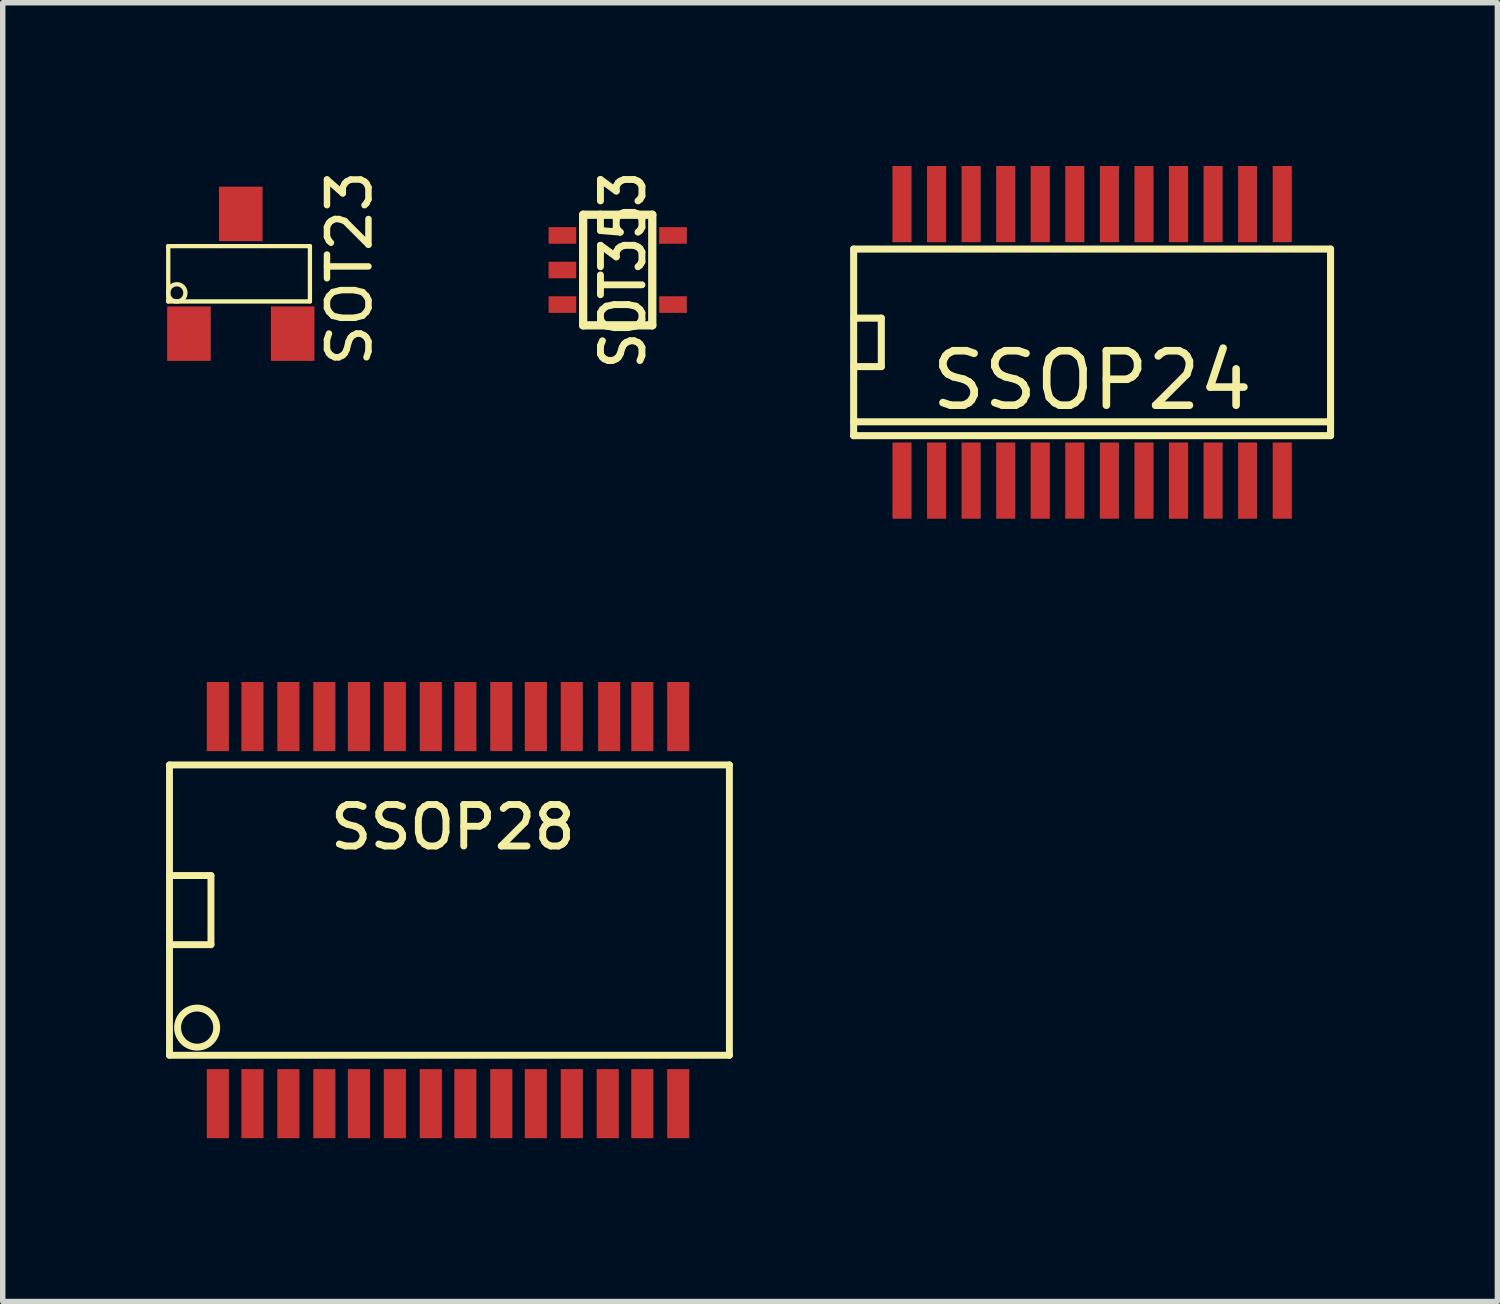
<source format=kicad_pcb>
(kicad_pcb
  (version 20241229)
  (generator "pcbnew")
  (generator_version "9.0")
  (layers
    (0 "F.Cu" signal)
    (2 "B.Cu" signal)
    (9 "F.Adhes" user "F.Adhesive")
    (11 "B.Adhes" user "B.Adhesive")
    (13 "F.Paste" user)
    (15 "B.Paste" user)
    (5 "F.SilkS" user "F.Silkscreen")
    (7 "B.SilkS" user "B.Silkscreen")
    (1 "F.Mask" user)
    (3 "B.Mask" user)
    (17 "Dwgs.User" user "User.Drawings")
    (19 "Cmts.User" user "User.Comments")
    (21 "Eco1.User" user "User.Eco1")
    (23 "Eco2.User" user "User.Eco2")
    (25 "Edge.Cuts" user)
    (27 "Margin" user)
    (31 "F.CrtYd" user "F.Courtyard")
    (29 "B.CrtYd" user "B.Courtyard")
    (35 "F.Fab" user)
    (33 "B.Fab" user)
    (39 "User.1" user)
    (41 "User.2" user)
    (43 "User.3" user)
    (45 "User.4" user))
  (footprint "SOT23"
    (layer "F.Cu")
    (at 1.374 1.98)
    (property "Reference" "SOT23" (at 1.999 -0.099 90) (layer "F.SilkS") (effects (font (size 0.762 0.762) (thickness 0.119))))
    (attr through_hole)
    (fp_line (start -1.333 -0.508) (end -1.333 0.508) (stroke (width 0.079) (type solid)) (layer "F.SilkS"))
    (fp_line (start -1.333 -0.508) (end 1.27 -0.508) (stroke (width 0.079) (type solid)) (layer "F.SilkS"))
    (fp_line (start 1.27 -0.508) (end 1.27 0.508) (stroke (width 0.079) (type solid)) (layer "F.SilkS"))
    (fp_line (start 1.27 0.508) (end -1.333 0.508) (stroke (width 0.079) (type solid)) (layer "F.SilkS"))
    (fp_circle (center -1.176 0.351) (end -1.3 0.45) (stroke (width 0.079) (type solid)) (fill no) (layer "F.SilkS"))
    (pad "1" smd rect (at -0.953 1.1) (size 0.8 1.001) (layers "F.Cu" "F.Mask" "F.Paste"))
    (pad "2" smd rect (at 0.953 1.1) (size 0.8 1.001) (layers "F.Cu" "F.Mask" "F.Paste"))
    (pad "3" smd rect (at 0 -1.1) (size 0.8 1.001) (layers "F.Cu" "F.Mask" "F.Paste")))
  (footprint "SSOP24"
    (layer "F.Cu")
    (at 17.015 3.24)
    (property "Reference" "SSOP24" (at 0 0.699 0) (layer "F.SilkS") (effects (font (size 1.001 1.001) (thickness 0.14))))
    (attr smd)
    (fp_line (start -4.381 -1.714) (end 4.381 -1.714) (stroke (width 0.13) (type solid)) (layer "F.SilkS"))
    (fp_line (start -4.381 -0.445) (end -3.873 -0.445) (stroke (width 0.13) (type solid)) (layer "F.SilkS"))
    (fp_line (start -4.381 0.445) (end -3.873 0.445) (stroke (width 0.13) (type solid)) (layer "F.SilkS"))
    (fp_line (start -4.381 1.46) (end 4.381 1.46) (stroke (width 0.13) (type solid)) (layer "F.SilkS"))
    (fp_line (start -4.381 1.714) (end -4.381 -1.714) (stroke (width 0.13) (type solid)) (layer "F.SilkS"))
    (fp_line (start -3.873 -0.445) (end -3.873 0.445) (stroke (width 0.13) (type solid)) (layer "F.SilkS"))
    (fp_line (start 4.381 -1.714) (end 4.381 1.714) (stroke (width 0.13) (type solid)) (layer "F.SilkS"))
    (fp_line (start 4.381 1.714) (end -4.381 1.714) (stroke (width 0.13) (type solid)) (layer "F.SilkS"))
    (pad "1" smd rect (at -3.493 2.54) (size 0.351 1.4) (layers "F.Cu" "F.Mask" "F.Paste"))
    (pad "2" smd rect (at -2.857 2.54) (size 0.351 1.4) (layers "F.Cu" "F.Mask" "F.Paste"))
    (pad "3" smd rect (at -2.223 2.54) (size 0.351 1.4) (layers "F.Cu" "F.Mask" "F.Paste"))
    (pad "4" smd rect (at -1.587 2.54) (size 0.351 1.4) (layers "F.Cu" "F.Mask" "F.Paste"))
    (pad "5" smd rect (at -0.953 2.54) (size 0.351 1.4) (layers "F.Cu" "F.Mask" "F.Paste"))
    (pad "6" smd rect (at -0.318 2.54) (size 0.351 1.4) (layers "F.Cu" "F.Mask" "F.Paste"))
    (pad "7" smd rect (at 0.318 2.54) (size 0.351 1.4) (layers "F.Cu" "F.Mask" "F.Paste"))
    (pad "8" smd rect (at 0.953 2.54) (size 0.351 1.4) (layers "F.Cu" "F.Mask" "F.Paste"))
    (pad "9" smd rect (at 1.587 2.54) (size 0.351 1.4) (layers "F.Cu" "F.Mask" "F.Paste"))
    (pad "10" smd rect (at 2.223 2.54) (size 0.351 1.4) (layers "F.Cu" "F.Mask" "F.Paste"))
    (pad "11" smd rect (at 2.857 2.54) (size 0.351 1.4) (layers "F.Cu" "F.Mask" "F.Paste"))
    (pad "12" smd rect (at 3.493 2.54) (size 0.351 1.4) (layers "F.Cu" "F.Mask" "F.Paste"))
    (pad "13" smd rect (at 3.493 -2.54) (size 0.351 1.4) (layers "F.Cu" "F.Mask" "F.Paste"))
    (pad "14" smd rect (at 2.857 -2.54) (size 0.351 1.4) (layers "F.Cu" "F.Mask" "F.Paste"))
    (pad "15" smd rect (at 2.223 -2.54) (size 0.351 1.4) (layers "F.Cu" "F.Mask" "F.Paste"))
    (pad "16" smd rect (at 1.587 -2.54) (size 0.351 1.4) (layers "F.Cu" "F.Mask" "F.Paste"))
    (pad "17" smd rect (at 0.953 -2.54) (size 0.351 1.4) (layers "F.Cu" "F.Mask" "F.Paste"))
    (pad "18" smd rect (at 0.318 -2.54) (size 0.351 1.4) (layers "F.Cu" "F.Mask" "F.Paste"))
    (pad "19" smd rect (at -0.318 -2.54) (size 0.351 1.4) (layers "F.Cu" "F.Mask" "F.Paste"))
    (pad "20" smd rect (at -0.953 -2.54) (size 0.351 1.4) (layers "F.Cu" "F.Mask" "F.Paste"))
    (pad "21" smd rect (at -1.587 -2.54) (size 0.351 1.4) (layers "F.Cu" "F.Mask" "F.Paste"))
    (pad "22" smd rect (at -2.223 -2.54) (size 0.351 1.4) (layers "F.Cu" "F.Mask" "F.Paste"))
    (pad "23" smd rect (at -2.857 -2.54) (size 0.351 1.4) (layers "F.Cu" "F.Mask" "F.Paste"))
    (pad "24" smd rect (at -3.493 -2.54) (size 0.351 1.4) (layers "F.Cu" "F.Mask" "F.Paste")))
  (footprint "SOT353"
    (layer "F.Cu")
    (at 8.299 1.911)
    (property "Reference" "SOT353" (at 0.099 0 90) (layer "F.SilkS") (effects (font (size 0.762 0.635) (thickness 0.127))))
    (attr smd)
    (fp_line (start -0.635 -1.016) (end -0.635 1.016) (stroke (width 0.152) (type solid)) (layer "F.SilkS"))
    (fp_line (start -0.635 1.016) (end 0.635 1.016) (stroke (width 0.152) (type solid)) (layer "F.SilkS"))
    (fp_line (start 0.635 -1.016) (end -0.635 -1.016) (stroke (width 0.152) (type solid)) (layer "F.SilkS"))
    (fp_line (start 0.635 1.016) (end 0.635 -1.016) (stroke (width 0.152) (type solid)) (layer "F.SilkS"))
    (pad "1" smd rect (at -1.016 -0.635) (size 0.508 0.305) (layers "F.Cu" "F.Mask" "F.Paste"))
    (pad "2" smd rect (at -1.016 0) (size 0.508 0.305) (layers "F.Cu" "F.Mask" "F.Paste"))
    (pad "3" smd rect (at -1.016 0.635) (size 0.508 0.305) (layers "F.Cu" "F.Mask" "F.Paste"))
    (pad "4" smd rect (at 1.016 0.635) (size 0.508 0.305) (layers "F.Cu" "F.Mask" "F.Paste"))
    (pad "5" smd rect (at 1.016 -0.635) (size 0.508 0.305) (layers "F.Cu" "F.Mask" "F.Paste")))
  (footprint "SSOP28"
    (layer "F.Cu")
    (at 5.144 13.671)
    (property "Reference" "SSOP28" (at 0.127 -1.524 0) (layer "F.SilkS") (effects (font (size 0.762 0.762) (thickness 0.127))))
    (attr smd)
    (fp_line (start -5.08 -2.667) (end -5.08 2.667) (stroke (width 0.127) (type solid)) (layer "F.SilkS"))
    (fp_line (start -5.08 -2.667) (end 5.207 -2.667) (stroke (width 0.127) (type solid)) (layer "F.SilkS"))
    (fp_line (start -5.08 -0.635) (end -4.318 -0.635) (stroke (width 0.127) (type solid)) (layer "F.SilkS"))
    (fp_line (start -4.318 -0.635) (end -4.318 0.635) (stroke (width 0.127) (type solid)) (layer "F.SilkS"))
    (fp_line (start -4.318 0.635) (end -5.08 0.635) (stroke (width 0.127) (type solid)) (layer "F.SilkS"))
    (fp_line (start 5.207 -2.667) (end 5.207 2.667) (stroke (width 0.127) (type solid)) (layer "F.SilkS"))
    (fp_line (start 5.207 2.667) (end -5.08 2.667) (stroke (width 0.127) (type solid)) (layer "F.SilkS"))
    (fp_circle (center -4.572 2.159) (end -4.826 1.905) (stroke (width 0.127) (type solid)) (fill no) (layer "F.SilkS"))
    (pad "1" smd rect (at -4.191 3.556) (size 0.406 1.27) (layers "F.Cu" "F.Mask" "F.Paste"))
    (pad "2" smd rect (at -3.556 3.556) (size 0.406 1.27) (layers "F.Cu" "F.Mask" "F.Paste"))
    (pad "3" smd rect (at -2.896 3.556) (size 0.406 1.27) (layers "F.Cu" "F.Mask" "F.Paste"))
    (pad "4" smd rect (at -2.235 3.556) (size 0.406 1.27) (layers "F.Cu" "F.Mask" "F.Paste"))
    (pad "5" smd rect (at -1.6 3.556) (size 0.406 1.27) (layers "F.Cu" "F.Mask" "F.Paste"))
    (pad "6" smd rect (at -0.94 3.556) (size 0.406 1.27) (layers "F.Cu" "F.Mask" "F.Paste"))
    (pad "7" smd rect (at -0.279 3.556) (size 0.406 1.27) (layers "F.Cu" "F.Mask" "F.Paste"))
    (pad "8" smd rect (at 0.356 3.556) (size 0.406 1.27) (layers "F.Cu" "F.Mask" "F.Paste"))
    (pad "9" smd rect (at 1.016 3.556) (size 0.406 1.27) (layers "F.Cu" "F.Mask" "F.Paste"))
    (pad "10" smd rect (at 1.651 3.556) (size 0.406 1.27) (layers "F.Cu" "F.Mask" "F.Paste"))
    (pad "11" smd rect (at 2.311 3.556) (size 0.406 1.27) (layers "F.Cu" "F.Mask" "F.Paste"))
    (pad "12" smd rect (at 2.972 3.556) (size 0.406 1.27) (layers "F.Cu" "F.Mask" "F.Paste"))
    (pad "13" smd rect (at 3.607 3.556) (size 0.406 1.27) (layers "F.Cu" "F.Mask" "F.Paste"))
    (pad "14" smd rect (at 4.267 3.556) (size 0.406 1.27) (layers "F.Cu" "F.Mask" "F.Paste"))
    (pad "15" smd rect (at 4.267 -3.556) (size 0.406 1.27) (layers "F.Cu" "F.Mask" "F.Paste"))
    (pad "16" smd rect (at 3.607 -3.556) (size 0.406 1.27) (layers "F.Cu" "F.Mask" "F.Paste"))
    (pad "17" smd rect (at 2.997 -3.556) (size 0.406 1.27) (layers "F.Cu" "F.Mask" "F.Paste"))
    (pad "18" smd rect (at 2.311 -3.556) (size 0.406 1.27) (layers "F.Cu" "F.Mask" "F.Paste"))
    (pad "19" smd rect (at 1.651 -3.556) (size 0.406 1.27) (layers "F.Cu" "F.Mask" "F.Paste"))
    (pad "20" smd rect (at 1.016 -3.556) (size 0.406 1.27) (layers "F.Cu" "F.Mask" "F.Paste"))
    (pad "21" smd rect (at 0.356 -3.556) (size 0.406 1.27) (layers "F.Cu" "F.Mask" "F.Paste"))
    (pad "22" smd rect (at -0.279 -3.556) (size 0.406 1.27) (layers "F.Cu" "F.Mask" "F.Paste"))
    (pad "23" smd rect (at -0.94 -3.556) (size 0.406 1.27) (layers "F.Cu" "F.Mask" "F.Paste"))
    (pad "24" smd rect (at -1.6 -3.556) (size 0.406 1.27) (layers "F.Cu" "F.Mask" "F.Paste"))
    (pad "25" smd rect (at -2.235 -3.556) (size 0.406 1.27) (layers "F.Cu" "F.Mask" "F.Paste"))
    (pad "26" smd rect (at -2.896 -3.556) (size 0.406 1.27) (layers "F.Cu" "F.Mask" "F.Paste"))
    (pad "27" smd rect (at -3.556 -3.556) (size 0.406 1.27) (layers "F.Cu" "F.Mask" "F.Paste"))
    (pad "28" smd rect (at -4.191 -3.556) (size 0.406 1.27) (layers "F.Cu" "F.Mask" "F.Paste")))
  (gr_rect
    (start -3 -3)
    (end 24.461 20.862)
    (stroke (width 0.1) (type default))
    (fill no)
    (layer "Edge.Cuts")))
</source>
